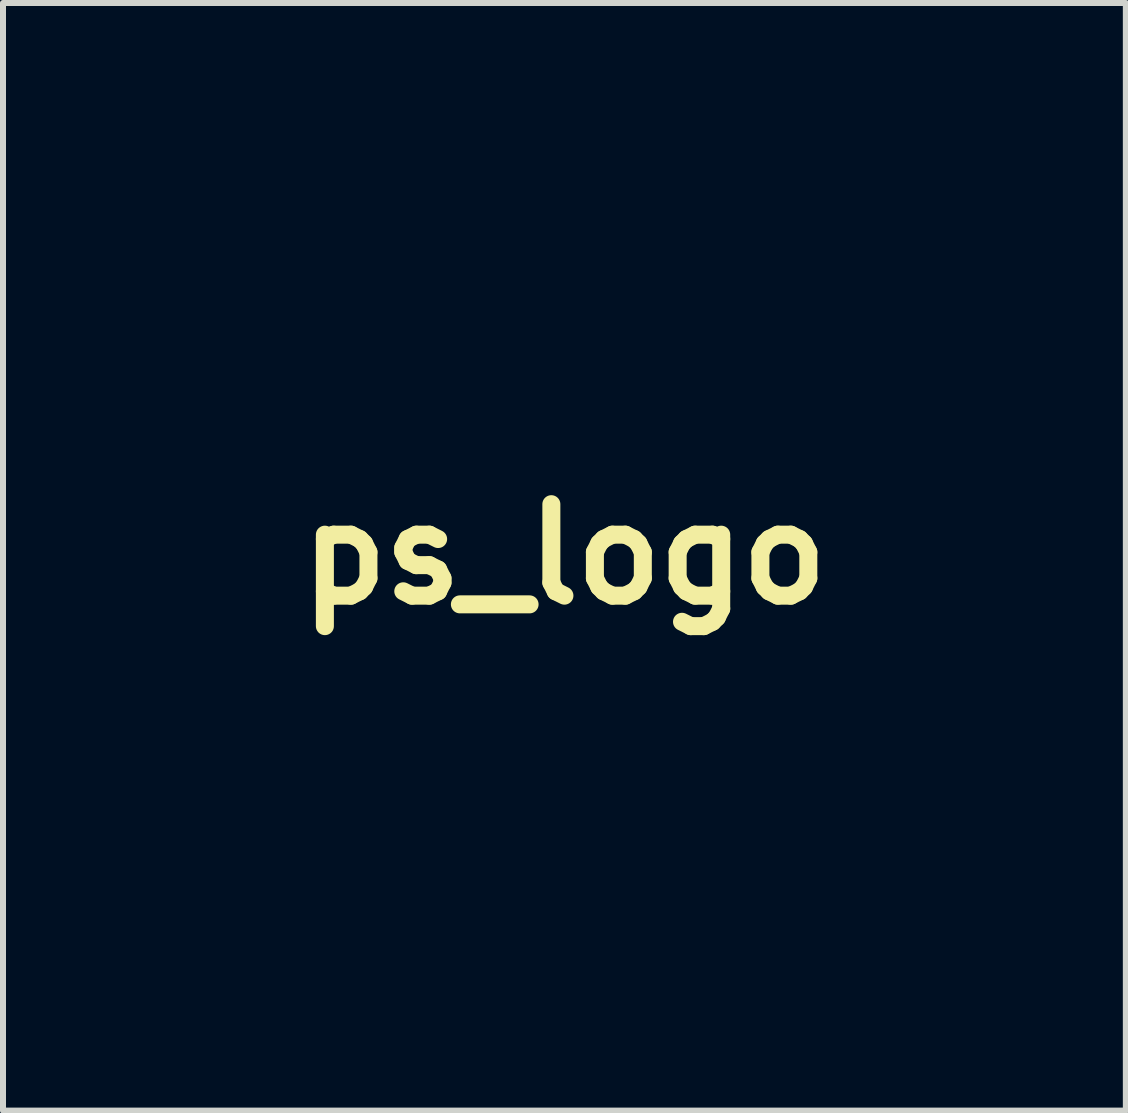
<source format=kicad_pcb>
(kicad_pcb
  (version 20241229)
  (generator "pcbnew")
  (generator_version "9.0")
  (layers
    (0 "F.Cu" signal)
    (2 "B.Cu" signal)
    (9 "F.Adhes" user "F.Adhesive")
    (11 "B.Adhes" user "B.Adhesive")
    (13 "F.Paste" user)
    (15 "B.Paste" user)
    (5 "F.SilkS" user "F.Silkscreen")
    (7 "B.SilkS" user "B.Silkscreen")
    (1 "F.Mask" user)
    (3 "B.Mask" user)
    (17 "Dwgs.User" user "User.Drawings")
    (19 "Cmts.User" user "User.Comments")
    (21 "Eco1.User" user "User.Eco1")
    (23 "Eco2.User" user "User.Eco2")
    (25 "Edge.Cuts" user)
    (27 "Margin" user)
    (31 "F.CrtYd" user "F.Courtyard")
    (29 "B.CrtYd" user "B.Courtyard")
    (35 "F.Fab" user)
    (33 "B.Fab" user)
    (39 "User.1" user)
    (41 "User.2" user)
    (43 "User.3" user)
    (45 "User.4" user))
  (footprint "ps_logo"
    (layer "F.Cu")
    (at 6.355 6.186)
    (property "Reference" "ps_logo" (at 0 0 0) (layer "F.SilkS") (effects (font (size 1.524 1.524) (thickness 0.3))))
    (attr through_hole)
    (fp_poly (pts (xy 6.35 6.265) (xy -6.35 6.265) (xy -6.35 -6.181) (xy 6.35 -6.181) (xy 6.35 6.265)) (stroke (width 0.01) (type solid)) (fill no) (layer "Eco2.User")))
  (gr_rect
    (start -3 -3)
    (end 15.71 15.456)
    (stroke (width 0.1) (type default))
    (fill no)
    (layer "Edge.Cuts")))
</source>
